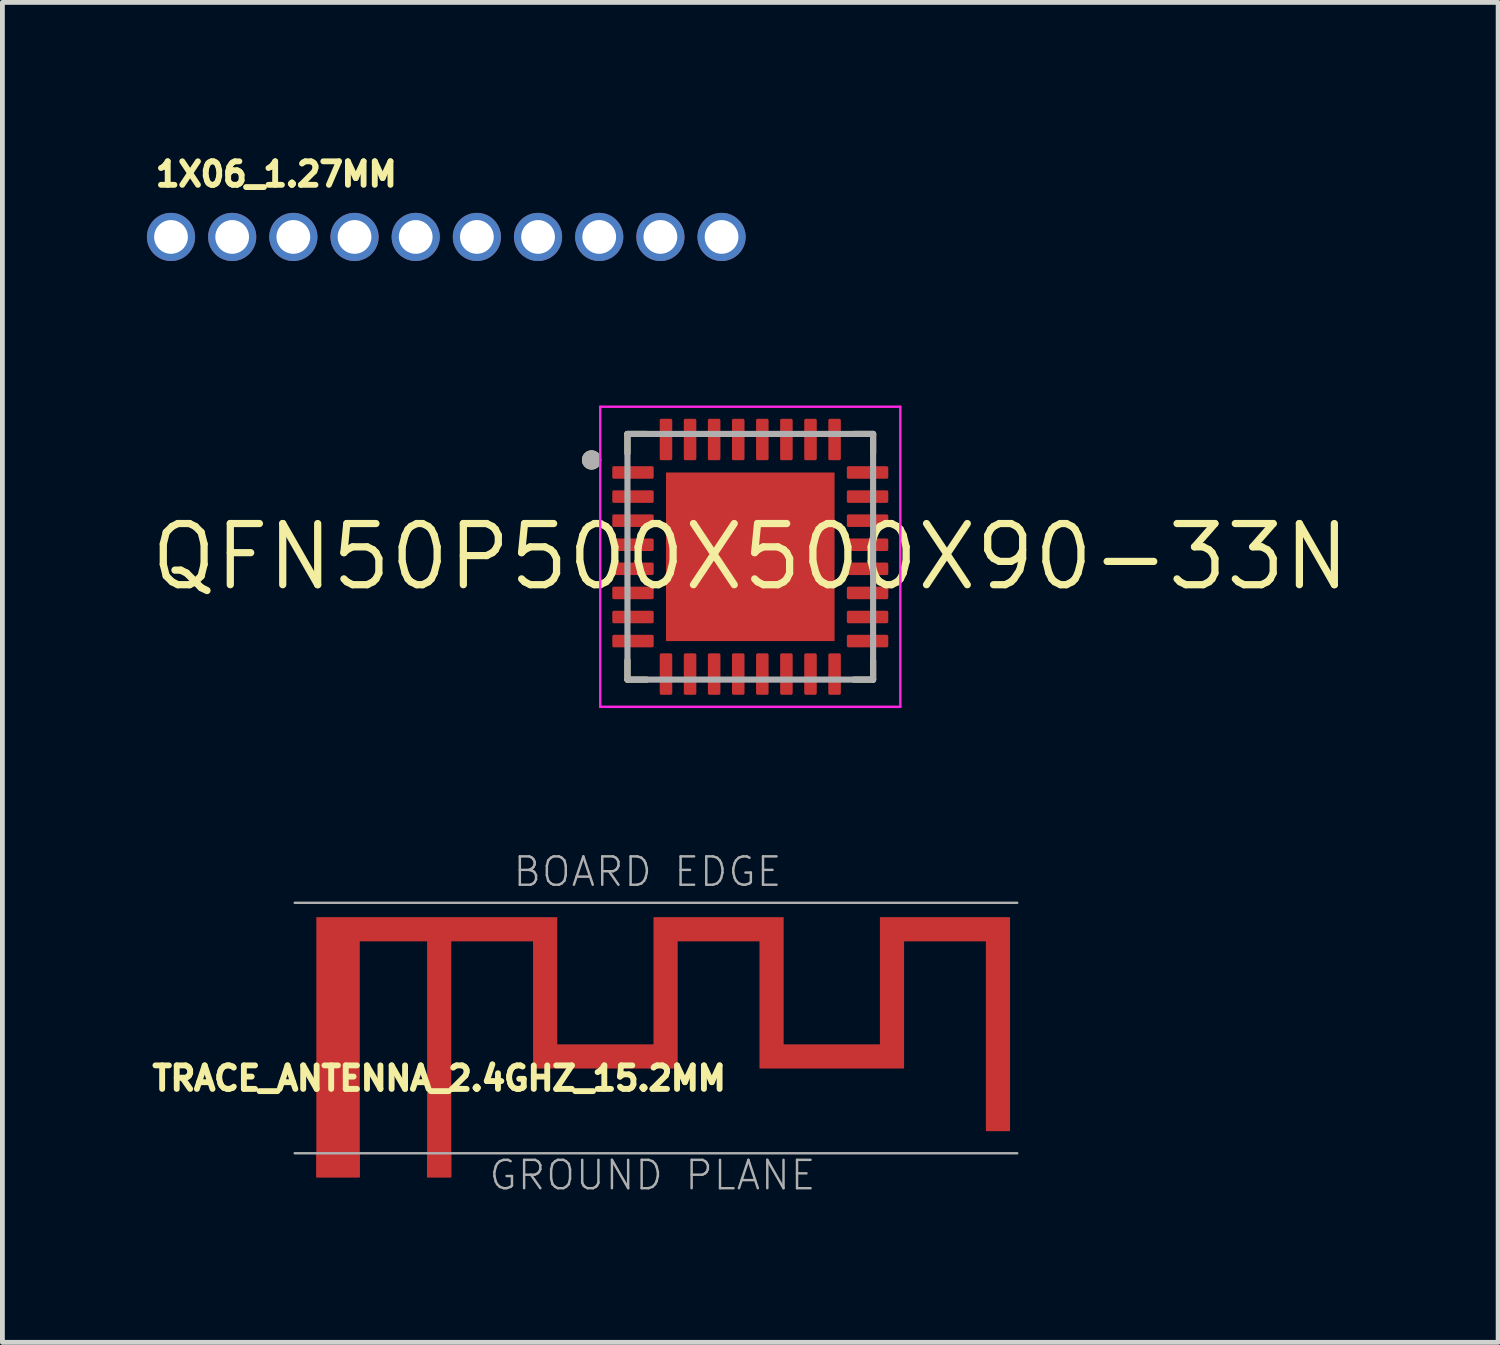
<source format=kicad_pcb>
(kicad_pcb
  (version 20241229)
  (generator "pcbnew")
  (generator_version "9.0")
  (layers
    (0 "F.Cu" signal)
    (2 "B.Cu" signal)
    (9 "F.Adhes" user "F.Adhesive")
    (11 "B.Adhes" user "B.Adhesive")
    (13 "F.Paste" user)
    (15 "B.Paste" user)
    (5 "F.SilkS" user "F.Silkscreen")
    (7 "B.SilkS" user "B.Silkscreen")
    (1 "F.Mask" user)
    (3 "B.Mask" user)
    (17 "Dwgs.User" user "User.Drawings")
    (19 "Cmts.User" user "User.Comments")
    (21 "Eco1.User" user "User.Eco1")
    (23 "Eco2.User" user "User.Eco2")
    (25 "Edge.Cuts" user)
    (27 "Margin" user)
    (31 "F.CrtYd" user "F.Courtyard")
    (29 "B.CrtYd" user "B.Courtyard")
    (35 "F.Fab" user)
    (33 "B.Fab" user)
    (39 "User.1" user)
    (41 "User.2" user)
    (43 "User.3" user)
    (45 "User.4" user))
  (footprint "1X06_1.27MM"
    (layer "F.Cu")
    (at 0.5 1.869)
    (property "Reference" "1X06_1.27MM" (at -0.381 -1.016 0) (layer "F.SilkS") (effects (font (size 0.488 0.488) (thickness 0.122)) (justify left bottom)))
    (pad "1" thru_hole circle (at 0 0) (size 1 1) (drill 0.7) (layers "*.Cu" "*.Mask"))
    (pad "2" thru_hole circle (at 1.27 0) (size 1 1) (drill 0.7) (layers "*.Cu" "*.Mask"))
    (pad "3" thru_hole circle (at 2.54 0) (size 1 1) (drill 0.7) (layers "*.Cu" "*.Mask"))
    (pad "4" thru_hole circle (at 3.81 0) (size 1 1) (drill 0.7) (layers "*.Cu" "*.Mask"))
    (pad "5" thru_hole circle (at 5.08 0) (size 1 1) (drill 0.7) (layers "*.Cu" "*.Mask"))
    (pad "6" thru_hole circle (at 6.35 0) (size 1 1) (drill 0.7) (layers "*.Cu" "*.Mask"))
    (pad "7" thru_hole circle (at 7.62 0) (size 1 1) (drill 0.7) (layers "*.Cu" "*.Mask"))
    (pad "8" thru_hole circle (at 8.89 0) (size 1 1) (drill 0.7) (layers "*.Cu" "*.Mask"))
    (pad "9" thru_hole circle (at 10.16 0) (size 1 1) (drill 0.7) (layers "*.Cu" "*.Mask"))
    (pad "10" thru_hole circle (at 11.43 0) (size 1 1) (drill 0.7) (layers "*.Cu" "*.Mask")))
  (footprint "TRACE_ANTENNA_2.4GHZ_15.2MM"
    (layer "F.Cu")
    (at 6.068 20.892)
    (property "Reference" "TRACE_ANTENNA_2.4GHZ_15.2MM" (at 0 -1.27 0) (layer "F.SilkS") (effects (font (size 0.488 0.488) (thickness 0.122)) (justify bottom)))
    (fp_poly (pts (xy 2.451 -2.261) (xy 4.449 -2.261) (xy 4.449 -4.901) (xy 7.151 -4.901) (xy 7.151 -2.261) (xy 9.149 -2.261) (xy 9.149 -4.901) (xy 11.851 -4.901) (xy 11.851 -0.459) (xy 11.349 -0.459) (xy 11.349 -4.399) (xy 9.651 -4.399) (xy 9.651 -1.759) (xy 6.649 -1.759) (xy 6.649 -4.399) (xy 4.951 -4.399) (xy 4.951 -1.759) (xy 1.949 -1.759) (xy 1.949 -4.399) (xy 0.251 -4.399) (xy 0.251 0.501) (xy -0.251 0.501) (xy -0.251 -4.399) (xy -1.649 -4.399) (xy -1.649 0.501) (xy -2.551 0.501) (xy -2.551 -4.901) (xy 2.451 -4.901)) (stroke (width 0) (type solid)) (fill yes) (layer "F.Cu"))
    (fp_line (start -3 -5.2) (end 12 -5.2) (stroke (width 0.05) (type solid)) (layer "F.Fab"))
    (fp_line (start -3 0) (end 12 0) (stroke (width 0.05) (type solid)) (layer "F.Fab"))
    (fp_text user "GROUND PLANE" (at 1 0.8 0) (layer "F.Fab") (effects (font (size 0.589 0.589) (thickness 0.051)) (justify left bottom)))
    (fp_text user "BOARD EDGE" (at 1.5 -5.5 0) (layer "F.Fab") (effects (font (size 0.589 0.589) (thickness 0.051)) (justify left bottom)))
    (pad "ANT" smd rect (at 0 0.25) (size 0.5 0.5) (layers "F.Cu"))
    (pad "GND" smd rect (at -2.1 0.25) (size 0.9 0.5) (layers "F.Cu")))
  (footprint "QFN50P500X500X90-33N"
    (layer "F.Cu")
    (at 12.526 8.509)
    (property "Reference" "QFN50P500X500X90-33N" (at 0 0 0) (layer "F.SilkS") (effects (font (size 1.27 1.27) (thickness 0.15))))
    (fp_line (start -2.55 -2.55) (end -2.55 -2.15) (stroke (width 0.127) (type solid)) (layer "F.SilkS"))
    (fp_line (start -2.55 -2.55) (end -2.15 -2.55) (stroke (width 0.127) (type solid)) (layer "F.SilkS"))
    (fp_line (start -2.55 2.55) (end -2.55 2.15) (stroke (width 0.127) (type solid)) (layer "F.SilkS"))
    (fp_line (start -2.55 2.55) (end -2.15 2.55) (stroke (width 0.127) (type solid)) (layer "F.SilkS"))
    (fp_line (start 2.55 -2.55) (end 2.15 -2.55) (stroke (width 0.127) (type solid)) (layer "F.SilkS"))
    (fp_line (start 2.55 -2.55) (end 2.55 -2.15) (stroke (width 0.127) (type solid)) (layer "F.SilkS"))
    (fp_line (start 2.55 2.55) (end 2.15 2.55) (stroke (width 0.127) (type solid)) (layer "F.SilkS"))
    (fp_line (start 2.55 2.55) (end 2.55 2.15) (stroke (width 0.127) (type solid)) (layer "F.SilkS"))
    (fp_circle (center -3.295 -2.01) (end -3.195 -2.01) (stroke (width 0.2) (type solid)) (fill no) (layer "F.SilkS"))
    (fp_poly (pts (xy -1.412 1.412) (xy -0.17 1.412) (xy -0.17 0.17) (xy -1.412 0.17)) (stroke (width 0) (type solid)) (fill yes) (layer "F.Paste"))
    (fp_poly (pts (xy -1.412 -0.17) (xy -0.17 -0.17) (xy -0.17 -1.41) (xy -1.412 -1.41)) (stroke (width 0) (type solid)) (fill yes) (layer "F.Paste"))
    (fp_poly (pts (xy 0.17 -0.17) (xy 1.41 -0.17) (xy 1.41 -1.41) (xy 0.17 -1.41)) (stroke (width 0) (type solid)) (fill yes) (layer "F.Paste"))
    (fp_poly (pts (xy 0.17 1.411) (xy 1.41 1.411) (xy 1.41 0.17) (xy 0.17 0.17)) (stroke (width 0) (type solid)) (fill yes) (layer "F.Paste"))
    (fp_line (start -3.115 -3.115) (end 3.115 -3.115) (stroke (width 0.05) (type solid)) (layer "F.CrtYd"))
    (fp_line (start -3.115 3.115) (end -3.115 -3.115) (stroke (width 0.05) (type solid)) (layer "F.CrtYd"))
    (fp_line (start -3.115 3.115) (end 3.115 3.115) (stroke (width 0.05) (type solid)) (layer "F.CrtYd"))
    (fp_line (start 3.115 3.115) (end 3.115 -3.115) (stroke (width 0.05) (type solid)) (layer "F.CrtYd"))
    (fp_line (start -2.55 2.55) (end -2.55 -2.55) (stroke (width 0.127) (type solid)) (layer "F.Fab"))
    (fp_line (start 2.55 -2.55) (end -2.55 -2.55) (stroke (width 0.127) (type solid)) (layer "F.Fab"))
    (fp_line (start 2.55 2.55) (end -2.55 2.55) (stroke (width 0.127) (type solid)) (layer "F.Fab"))
    (fp_line (start 2.55 2.55) (end 2.55 -2.55) (stroke (width 0.127) (type solid)) (layer "F.Fab"))
    (fp_circle (center -3.295 -2.01) (end -3.195 -2.01) (stroke (width 0.2) (type solid)) (fill no) (layer "F.Fab"))
    (pad "1" smd roundrect (at -2.435 -1.75) (size 0.86 0.26) (layers "F.Cu" "F.Mask" "F.Paste") (roundrect_rratio 0.125))
    (pad "2" smd roundrect (at -2.435 -1.25) (size 0.86 0.26) (layers "F.Cu" "F.Mask" "F.Paste") (roundrect_rratio 0.125))
    (pad "3" smd roundrect (at -2.435 -0.75) (size 0.86 0.26) (layers "F.Cu" "F.Mask" "F.Paste") (roundrect_rratio 0.125))
    (pad "4" smd roundrect (at -2.435 -0.25) (size 0.86 0.26) (layers "F.Cu" "F.Mask" "F.Paste") (roundrect_rratio 0.125))
    (pad "5" smd roundrect (at -2.435 0.25) (size 0.86 0.26) (layers "F.Cu" "F.Mask" "F.Paste") (roundrect_rratio 0.125))
    (pad "6" smd roundrect (at -2.435 0.75) (size 0.86 0.26) (layers "F.Cu" "F.Mask" "F.Paste") (roundrect_rratio 0.125))
    (pad "7" smd roundrect (at -2.435 1.25) (size 0.86 0.26) (layers "F.Cu" "F.Mask" "F.Paste") (roundrect_rratio 0.125))
    (pad "8" smd roundrect (at -2.435 1.75) (size 0.86 0.26) (layers "F.Cu" "F.Mask" "F.Paste") (roundrect_rratio 0.125))
    (pad "9" smd roundrect (at -1.75 2.435 90) (size 0.86 0.26) (layers "F.Cu" "F.Mask" "F.Paste") (roundrect_rratio 0.125))
    (pad "10" smd roundrect (at -1.25 2.435 90) (size 0.86 0.26) (layers "F.Cu" "F.Mask" "F.Paste") (roundrect_rratio 0.125))
    (pad "11" smd roundrect (at -0.75 2.435 90) (size 0.86 0.26) (layers "F.Cu" "F.Mask" "F.Paste") (roundrect_rratio 0.125))
    (pad "12" smd roundrect (at -0.25 2.435 90) (size 0.86 0.26) (layers "F.Cu" "F.Mask" "F.Paste") (roundrect_rratio 0.125))
    (pad "13" smd roundrect (at 0.25 2.435 90) (size 0.86 0.26) (layers "F.Cu" "F.Mask" "F.Paste") (roundrect_rratio 0.125))
    (pad "14" smd roundrect (at 0.75 2.435 90) (size 0.86 0.26) (layers "F.Cu" "F.Mask" "F.Paste") (roundrect_rratio 0.125))
    (pad "15" smd roundrect (at 1.25 2.435 90) (size 0.86 0.26) (layers "F.Cu" "F.Mask" "F.Paste") (roundrect_rratio 0.125))
    (pad "16" smd roundrect (at 1.75 2.435 90) (size 0.86 0.26) (layers "F.Cu" "F.Mask" "F.Paste") (roundrect_rratio 0.125))
    (pad "17" smd roundrect (at 2.435 1.75) (size 0.86 0.26) (layers "F.Cu" "F.Mask" "F.Paste") (roundrect_rratio 0.125))
    (pad "18" smd roundrect (at 2.435 1.25) (size 0.86 0.26) (layers "F.Cu" "F.Mask" "F.Paste") (roundrect_rratio 0.125))
    (pad "19" smd roundrect (at 2.435 0.75) (size 0.86 0.26) (layers "F.Cu" "F.Mask" "F.Paste") (roundrect_rratio 0.125))
    (pad "20" smd roundrect (at 2.435 0.25) (size 0.86 0.26) (layers "F.Cu" "F.Mask" "F.Paste") (roundrect_rratio 0.125))
    (pad "21" smd roundrect (at 2.435 -0.25) (size 0.86 0.26) (layers "F.Cu" "F.Mask" "F.Paste") (roundrect_rratio 0.125))
    (pad "22" smd roundrect (at 2.435 -0.75) (size 0.86 0.26) (layers "F.Cu" "F.Mask" "F.Paste") (roundrect_rratio 0.125))
    (pad "23" smd roundrect (at 2.435 -1.25) (size 0.86 0.26) (layers "F.Cu" "F.Mask" "F.Paste") (roundrect_rratio 0.125))
    (pad "24" smd roundrect (at 2.435 -1.75) (size 0.86 0.26) (layers "F.Cu" "F.Mask" "F.Paste") (roundrect_rratio 0.125))
    (pad "25" smd roundrect (at 1.75 -2.435 90) (size 0.86 0.26) (layers "F.Cu" "F.Mask" "F.Paste") (roundrect_rratio 0.125))
    (pad "26" smd roundrect (at 1.25 -2.435 90) (size 0.86 0.26) (layers "F.Cu" "F.Mask" "F.Paste") (roundrect_rratio 0.125))
    (pad "27" smd roundrect (at 0.75 -2.435 90) (size 0.86 0.26) (layers "F.Cu" "F.Mask" "F.Paste") (roundrect_rratio 0.125))
    (pad "28" smd roundrect (at 0.25 -2.435 90) (size 0.86 0.26) (layers "F.Cu" "F.Mask" "F.Paste") (roundrect_rratio 0.125))
    (pad "29" smd roundrect (at -0.25 -2.435 90) (size 0.86 0.26) (layers "F.Cu" "F.Mask" "F.Paste") (roundrect_rratio 0.125))
    (pad "30" smd roundrect (at -0.75 -2.435 90) (size 0.86 0.26) (layers "F.Cu" "F.Mask" "F.Paste") (roundrect_rratio 0.125))
    (pad "31" smd roundrect (at -1.25 -2.435 90) (size 0.86 0.26) (layers "F.Cu" "F.Mask" "F.Paste") (roundrect_rratio 0.125))
    (pad "32" smd roundrect (at -1.75 -2.435 90) (size 0.86 0.26) (layers "F.Cu" "F.Mask" "F.Paste") (roundrect_rratio 0.125))
    (pad "33" smd rect (at 0 0) (size 3.5 3.5) (layers "F.Cu" "F.Mask")))
  (gr_rect
    (start -3 -3)
    (end 28.052 24.818)
    (stroke (width 0.1) (type default))
    (fill no)
    (layer "Edge.Cuts")))
</source>
